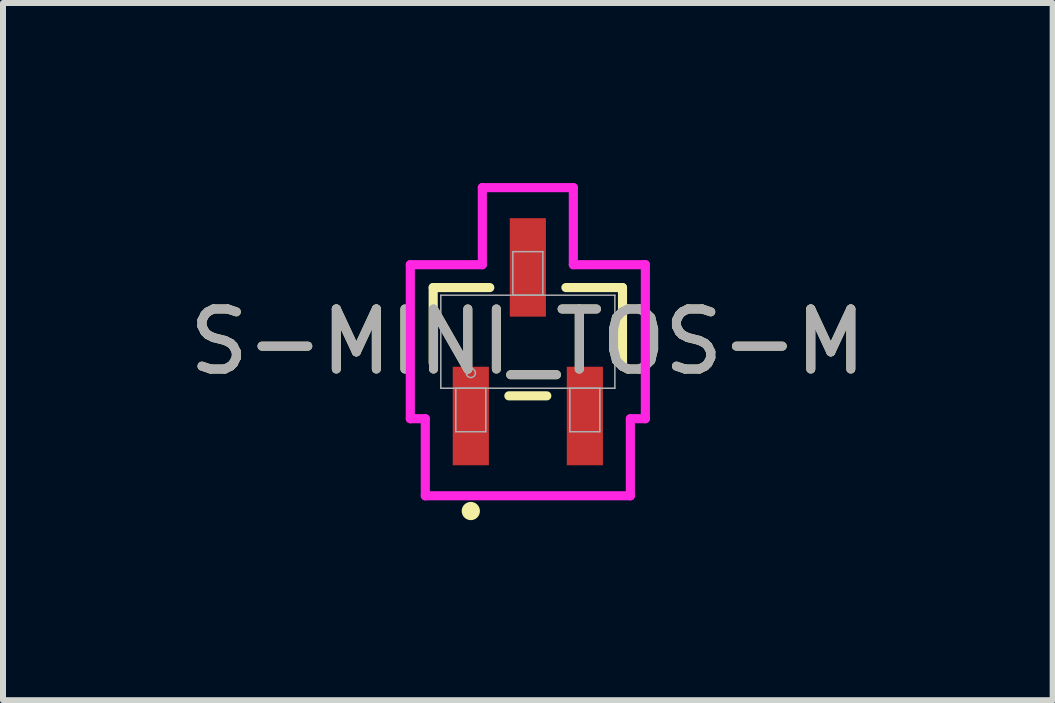
<source format=kicad_pcb>
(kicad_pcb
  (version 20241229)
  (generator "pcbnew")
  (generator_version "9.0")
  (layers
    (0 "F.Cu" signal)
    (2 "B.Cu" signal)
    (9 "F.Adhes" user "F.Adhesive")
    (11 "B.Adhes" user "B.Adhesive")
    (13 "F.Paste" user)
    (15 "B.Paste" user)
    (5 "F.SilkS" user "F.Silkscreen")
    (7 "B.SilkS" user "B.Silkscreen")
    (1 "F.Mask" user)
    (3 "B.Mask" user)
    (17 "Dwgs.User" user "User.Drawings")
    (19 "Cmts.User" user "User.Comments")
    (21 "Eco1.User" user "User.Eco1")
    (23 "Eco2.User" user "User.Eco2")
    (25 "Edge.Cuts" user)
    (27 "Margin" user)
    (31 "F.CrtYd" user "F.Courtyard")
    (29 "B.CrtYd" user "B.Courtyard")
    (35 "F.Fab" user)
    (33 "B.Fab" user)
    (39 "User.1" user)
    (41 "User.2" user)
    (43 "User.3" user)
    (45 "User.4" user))
  (footprint "S-MINI_TOS-M"
    (layer "F.Cu")
    (at 5.744 2.643)
    (property "Reference" "S-MINI_TOS-M" (at 0 0 0) (unlocked yes) (layer "F.SilkS") (effects (font (size 1 1) (thickness 0.15))))
    (attr smd)
    (fp_line (start -1.577 -0.902) (end -1.577 0.352) (stroke (width 0.152) (type solid)) (layer "F.SilkS"))
    (fp_line (start -0.634 -0.902) (end -1.577 -0.902) (stroke (width 0.152) (type solid)) (layer "F.SilkS"))
    (fp_line (start -0.316 0.902) (end 0.316 0.902) (stroke (width 0.152) (type solid)) (layer "F.SilkS"))
    (fp_line (start 1.577 -0.902) (end 0.634 -0.902) (stroke (width 0.152) (type solid)) (layer "F.SilkS"))
    (fp_line (start 1.577 0.352) (end 1.577 -0.902) (stroke (width 0.152) (type solid)) (layer "F.SilkS"))
    (fp_circle (center -0.95 2.821) (end -0.874 2.821) (stroke (width 0.152) (type solid)) (fill no) (layer "F.SilkS"))
    (fp_line (start -1.958 -1.283) (end -0.758 -1.283) (stroke (width 0.152) (type solid)) (layer "F.CrtYd"))
    (fp_line (start -1.958 1.283) (end -1.958 -1.283) (stroke (width 0.152) (type solid)) (layer "F.CrtYd"))
    (fp_line (start -1.958 1.283) (end -1.708 1.283) (stroke (width 0.152) (type solid)) (layer "F.CrtYd"))
    (fp_line (start -1.708 1.283) (end -1.708 2.567) (stroke (width 0.152) (type solid)) (layer "F.CrtYd"))
    (fp_line (start -1.708 2.567) (end 1.708 2.567) (stroke (width 0.152) (type solid)) (layer "F.CrtYd"))
    (fp_line (start -0.758 -2.567) (end 0.758 -2.567) (stroke (width 0.152) (type solid)) (layer "F.CrtYd"))
    (fp_line (start -0.758 -1.283) (end -0.758 -2.567) (stroke (width 0.152) (type solid)) (layer "F.CrtYd"))
    (fp_line (start 0.758 -1.283) (end 0.758 -2.567) (stroke (width 0.152) (type solid)) (layer "F.CrtYd"))
    (fp_line (start 1.708 1.283) (end 1.708 2.567) (stroke (width 0.152) (type solid)) (layer "F.CrtYd"))
    (fp_line (start 1.958 -1.283) (end 0.758 -1.283) (stroke (width 0.152) (type solid)) (layer "F.CrtYd"))
    (fp_line (start 1.958 -1.283) (end 1.958 1.283) (stroke (width 0.152) (type solid)) (layer "F.CrtYd"))
    (fp_line (start 1.958 1.283) (end 1.708 1.283) (stroke (width 0.152) (type solid)) (layer "F.CrtYd"))
    (fp_line (start -1.45 -0.775) (end -1.45 0.775) (stroke (width 0.025) (type solid)) (layer "F.Fab"))
    (fp_line (start -1.45 0.775) (end 1.45 0.775) (stroke (width 0.025) (type solid)) (layer "F.Fab"))
    (fp_line (start -1.2 0.775) (end -1.2 1.5) (stroke (width 0.025) (type solid)) (layer "F.Fab"))
    (fp_line (start -1.2 1.5) (end -0.7 1.5) (stroke (width 0.025) (type solid)) (layer "F.Fab"))
    (fp_line (start -0.7 0.775) (end -1.2 0.775) (stroke (width 0.025) (type solid)) (layer "F.Fab"))
    (fp_line (start -0.7 1.5) (end -0.7 0.775) (stroke (width 0.025) (type solid)) (layer "F.Fab"))
    (fp_line (start -0.25 -1.5) (end -0.25 -0.775) (stroke (width 0.025) (type solid)) (layer "F.Fab"))
    (fp_line (start -0.25 -0.775) (end 0.25 -0.775) (stroke (width 0.025) (type solid)) (layer "F.Fab"))
    (fp_line (start 0.25 -1.5) (end -0.25 -1.5) (stroke (width 0.025) (type solid)) (layer "F.Fab"))
    (fp_line (start 0.25 -0.775) (end 0.25 -1.5) (stroke (width 0.025) (type solid)) (layer "F.Fab"))
    (fp_line (start 0.7 0.775) (end 0.7 1.5) (stroke (width 0.025) (type solid)) (layer "F.Fab"))
    (fp_line (start 0.7 1.5) (end 1.2 1.5) (stroke (width 0.025) (type solid)) (layer "F.Fab"))
    (fp_line (start 1.2 0.775) (end 0.7 0.775) (stroke (width 0.025) (type solid)) (layer "F.Fab"))
    (fp_line (start 1.2 1.5) (end 1.2 0.775) (stroke (width 0.025) (type solid)) (layer "F.Fab"))
    (fp_line (start 1.45 -0.775) (end -1.45 -0.775) (stroke (width 0.025) (type solid)) (layer "F.Fab"))
    (fp_line (start 1.45 0.775) (end 1.45 -0.775) (stroke (width 0.025) (type solid)) (layer "F.Fab"))
    (fp_circle (center -0.95 0.521) (end -0.874 0.521) (stroke (width 0.025) (type solid)) (fill no) (layer "F.Fab"))
    (fp_text user "${REFERENCE}" (at 0 0 0) (unlocked yes) (layer "F.Fab") (effects (font (size 1 1) (thickness 0.15))))
    (pad "1" smd rect (at -0.95 1.238) (size 0.602 1.641) (layers "F.Cu" "F.Mask" "F.Paste"))
    (pad "2" smd rect (at 0.95 1.238) (size 0.602 1.641) (layers "F.Cu" "F.Mask" "F.Paste"))
    (pad "3" smd rect (at 0 -1.238) (size 0.602 1.641) (layers "F.Cu" "F.Mask" "F.Paste")))
  (gr_rect
    (start -3 -3)
    (end 14.488 8.616)
    (stroke (width 0.1) (type default))
    (fill no)
    (layer "Edge.Cuts")))
</source>
